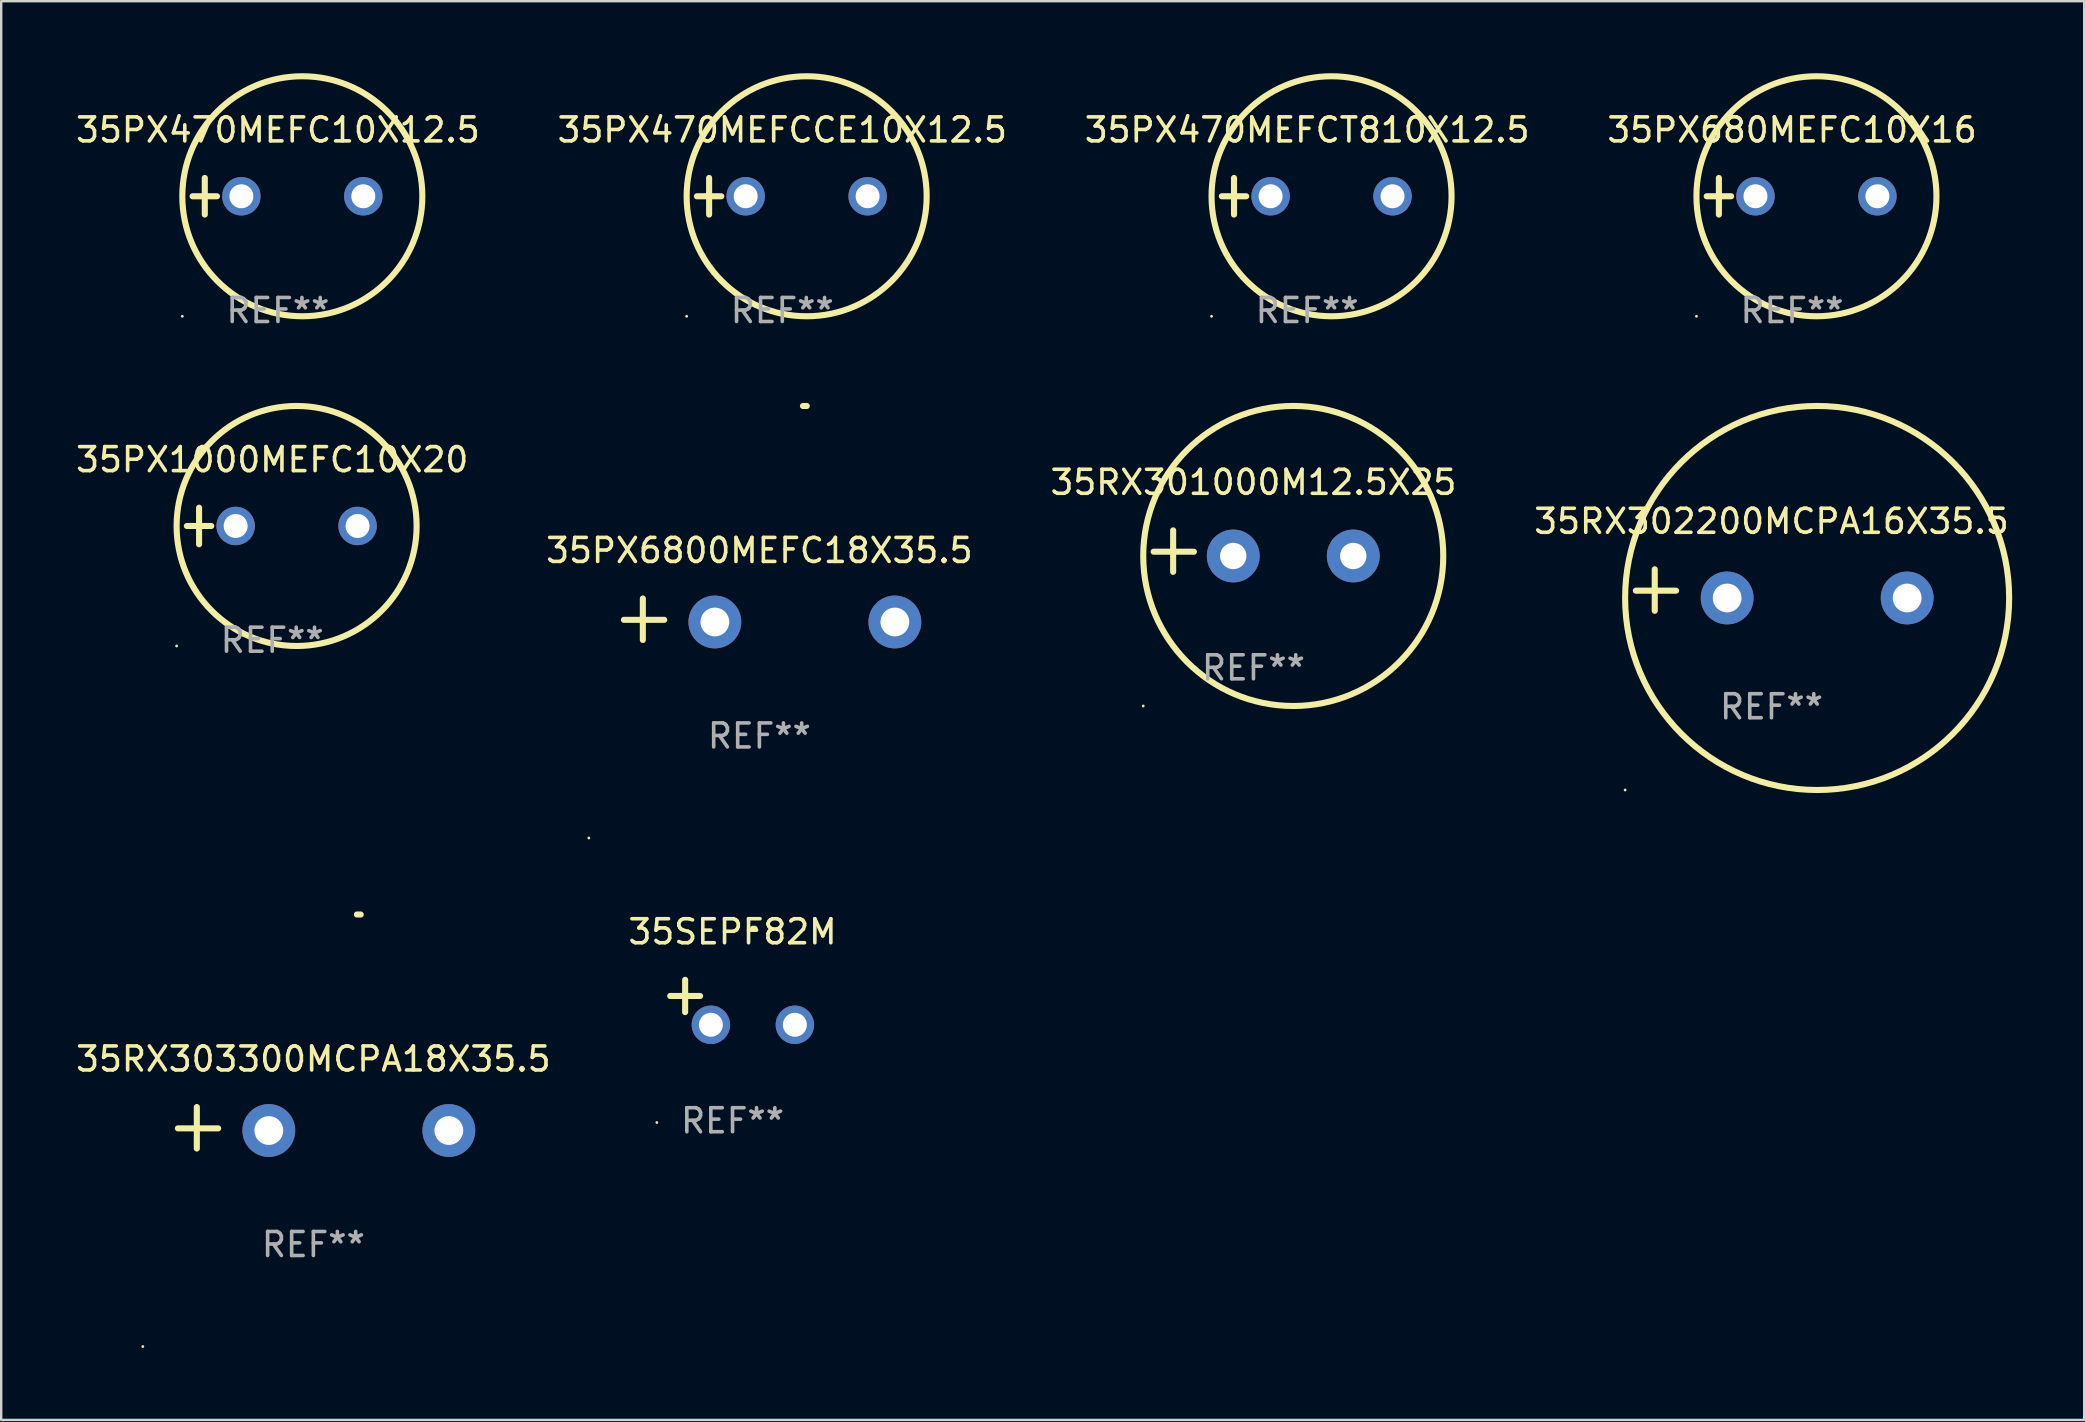
<source format=kicad_pcb>
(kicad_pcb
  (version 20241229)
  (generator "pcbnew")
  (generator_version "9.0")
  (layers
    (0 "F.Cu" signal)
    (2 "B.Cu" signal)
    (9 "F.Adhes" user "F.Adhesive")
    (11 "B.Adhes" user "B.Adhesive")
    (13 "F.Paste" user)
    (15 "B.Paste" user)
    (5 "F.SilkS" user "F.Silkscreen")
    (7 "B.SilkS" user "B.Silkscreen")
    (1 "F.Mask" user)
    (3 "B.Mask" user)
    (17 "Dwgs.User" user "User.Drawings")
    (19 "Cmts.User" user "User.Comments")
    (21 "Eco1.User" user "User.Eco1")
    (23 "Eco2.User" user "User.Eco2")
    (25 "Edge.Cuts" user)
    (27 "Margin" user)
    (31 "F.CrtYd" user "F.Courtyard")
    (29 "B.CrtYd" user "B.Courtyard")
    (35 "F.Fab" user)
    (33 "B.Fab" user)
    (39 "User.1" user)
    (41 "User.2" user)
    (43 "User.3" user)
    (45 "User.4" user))
  (footprint "35RX302200MCPA16X35.5"
    (layer "F.Cu")
    (at 70.756 21.534)
    (property "Reference" "35RX302200MCPA16X35.5" (at 0 -2.864 0) (layer "F.SilkS") (effects (font (size 1 1) (thickness 0.15))))
    (attr through_hole)
    (fp_line (start -4.864 0.864) (end -4.864 -0.864) (stroke (width 0.254) (type solid)) (layer "F.SilkS"))
    (fp_line (start -3.975 0.025) (end -5.652 0.025) (stroke (width 0.254) (type solid)) (layer "F.SilkS"))
    (fp_circle (center -6.098 8.33) (end -6.068 8.33) (stroke (width 0.06) (type solid)) (fill no) (layer "F.SilkS"))
    (fp_circle (center 1.902 0.33) (end 9.902 0.33) (stroke (width 0.254) (type solid)) (fill no) (layer "F.SilkS"))
    (fp_text user "REF**" (at 0 4.864 0) (layer "F.Fab") (effects (font (size 1 1) (thickness 0.15))))
    (pad "1" thru_hole circle (at -1.848 0.33) (size 2.2 2.2) (drill 1.2) (layers "*.Cu" "*.Mask"))
    (pad "2" thru_hole circle (at 5.652 0.33) (size 2.2 2.2) (drill 1.2) (layers "*.Cu" "*.Mask")))
  (footprint "35PX470MEFC10X12.5"
    (layer "F.Cu")
    (at 8.53 5.127)
    (property "Reference" "35PX470MEFC10X12.5" (at 0 -2.762 0) (layer "F.SilkS") (effects (font (size 1 1) (thickness 0.15))))
    (attr through_hole)
    (fp_line (start -3.556 0) (end -2.54 0) (stroke (width 0.254) (type solid)) (layer "F.SilkS"))
    (fp_line (start -3.048 -0.762) (end -3.048 0.762) (stroke (width 0.254) (type solid)) (layer "F.SilkS"))
    (fp_circle (center -3.984 5) (end -3.954 5) (stroke (width 0.06) (type solid)) (fill no) (layer "F.SilkS"))
    (fp_circle (center 1.016 0) (end 6.016 0) (stroke (width 0.254) (type solid)) (fill no) (layer "F.SilkS"))
    (fp_text user "REF**" (at 0 4.762 0) (layer "F.Fab") (effects (font (size 1 1) (thickness 0.15))))
    (pad "1" thru_hole circle (at -1.524 0) (size 1.6 1.6) (drill 1) (layers "*.Cu" "*.Mask"))
    (pad "2" thru_hole circle (at 3.556 0) (size 1.6 1.6) (drill 1) (layers "*.Cu" "*.Mask")))
  (footprint "35PX680MEFC10X16"
    (layer "F.Cu")
    (at 71.613 5.127)
    (property "Reference" "35PX680MEFC10X16" (at 0 -2.762 0) (layer "F.SilkS") (effects (font (size 1 1) (thickness 0.15))))
    (attr through_hole)
    (fp_line (start -3.556 0) (end -2.54 0) (stroke (width 0.254) (type solid)) (layer "F.SilkS"))
    (fp_line (start -3.048 -0.762) (end -3.048 0.762) (stroke (width 0.254) (type solid)) (layer "F.SilkS"))
    (fp_circle (center -3.984 5) (end -3.954 5) (stroke (width 0.06) (type solid)) (fill no) (layer "F.SilkS"))
    (fp_circle (center 1.016 0) (end 6.016 0) (stroke (width 0.254) (type solid)) (fill no) (layer "F.SilkS"))
    (fp_text user "REF**" (at 0 4.762 0) (layer "F.Fab") (effects (font (size 1 1) (thickness 0.15))))
    (pad "1" thru_hole circle (at -1.524 0) (size 1.6 1.6) (drill 1) (layers "*.Cu" "*.Mask"))
    (pad "2" thru_hole circle (at 3.556 0) (size 1.6 1.6) (drill 1) (layers "*.Cu" "*.Mask")))
  (footprint "35RX303300MCPA18X35.5"
    (layer "F.Cu")
    (at 10.006 43.937)
    (property "Reference" "35RX303300MCPA18X35.5" (at 0 -2.864 0) (layer "F.SilkS") (effects (font (size 1 1) (thickness 0.15))))
    (attr through_hole)
    (fp_line (start -4.856 0.864) (end -4.856 -0.864) (stroke (width 0.254) (type solid)) (layer "F.SilkS"))
    (fp_line (start -3.967 0.025) (end -5.644 0.025) (stroke (width 0.254) (type solid)) (layer "F.SilkS"))
    (fp_arc (start 1.815024 -8.885649) (mid 1.893764 -8.88599) (end 1.972504 -8.885649) (stroke (width 0.254001) (type solid)) (layer "F.SilkS"))
    (fp_circle (center -7.106 9.114) (end -7.076 9.114) (stroke (width 0.06) (type solid)) (fill no) (layer "F.SilkS"))
    (fp_text user "REF**" (at 0 4.864 0) (layer "F.Fab") (effects (font (size 1 1) (thickness 0.15))))
    (pad "1" thru_hole circle (at -1.856 0.114) (size 2.2 2.2) (drill 1.2) (layers "*.Cu" "*.Mask"))
    (pad "2" thru_hole circle (at 5.644 0.114) (size 2.2 2.2) (drill 1.2) (layers "*.Cu" "*.Mask")))
  (footprint "35RX301000M12.5X25"
    (layer "F.Cu")
    (at 49.173 19.911)
    (property "Reference" "35RX301000M12.5X25" (at 0 -2.864 0) (layer "F.SilkS") (effects (font (size 1 1) (thickness 0.15))))
    (attr through_hole)
    (fp_line (start -3.346 0.864) (end -3.346 -0.864) (stroke (width 0.254) (type solid)) (layer "F.SilkS"))
    (fp_line (start -2.482 0.025) (end -4.158 0.025) (stroke (width 0.254) (type solid)) (layer "F.SilkS"))
    (fp_circle (center -4.592 6.453) (end -4.562 6.453) (stroke (width 0.06) (type solid)) (fill no) (layer "F.SilkS"))
    (fp_circle (center 1.658 0.203) (end 7.908 0.203) (stroke (width 0.254) (type solid)) (fill no) (layer "F.SilkS"))
    (fp_text user "REF**" (at 0 4.864 0) (layer "F.Fab") (effects (font (size 1 1) (thickness 0.15))))
    (pad "1" thru_hole circle (at -0.842 0.203) (size 2.2 2.2) (drill 1.1) (layers "*.Cu" "*.Mask"))
    (pad "2" thru_hole circle (at 4.158 0.203) (size 2.2 2.2) (drill 1.1) (layers "*.Cu" "*.Mask")))
  (footprint "35PX470MEFCT810X12.5"
    (layer "F.Cu")
    (at 51.411 5.127)
    (property "Reference" "35PX470MEFCT810X12.5" (at 0 -2.762 0) (layer "F.SilkS") (effects (font (size 1 1) (thickness 0.15))))
    (attr through_hole)
    (fp_line (start -3.556 0) (end -2.54 0) (stroke (width 0.254) (type solid)) (layer "F.SilkS"))
    (fp_line (start -3.048 -0.762) (end -3.048 0.762) (stroke (width 0.254) (type solid)) (layer "F.SilkS"))
    (fp_circle (center -3.984 5) (end -3.954 5) (stroke (width 0.06) (type solid)) (fill no) (layer "F.SilkS"))
    (fp_circle (center 1.016 0) (end 6.016 0) (stroke (width 0.254) (type solid)) (fill no) (layer "F.SilkS"))
    (fp_text user "REF**" (at 0 4.762 0) (layer "F.Fab") (effects (font (size 1 1) (thickness 0.15))))
    (pad "1" thru_hole circle (at -1.524 0) (size 1.6 1.6) (drill 1) (layers "*.Cu" "*.Mask"))
    (pad "2" thru_hole circle (at 3.556 0) (size 1.6 1.6) (drill 1) (layers "*.Cu" "*.Mask")))
  (footprint "35SEPF82M"
    (layer "F.Cu")
    (at 27.47 38.709)
    (property "Reference" "35SEPF82M" (at 0 -2.937 0) (layer "F.SilkS") (effects (font (size 1 1) (thickness 0.15))))
    (attr through_hole)
    (fp_line (start -1.975 0.41) (end -1.975 -0.937) (stroke (width 0.254) (type solid)) (layer "F.SilkS"))
    (fp_line (start -1.353 -0.263) (end -2.597 -0.263) (stroke (width 0.254) (type solid)) (layer "F.SilkS"))
    (fp_arc (start 0.849809 -3.063957) (mid 0.885369 -3.064114) (end 0.920929 -3.063957) (stroke (width 0.254001) (type solid)) (layer "F.SilkS"))
    (fp_circle (center -3.154 5.008) (end -3.124 5.008) (stroke (width 0.06) (type solid)) (fill no) (layer "F.SilkS"))
    (fp_text user "REF**" (at 0 4.937 0) (layer "F.Fab") (effects (font (size 1 1) (thickness 0.15))))
    (pad "1" thru_hole circle (at -0.903 0.937) (size 1.6 1.6) (drill 1) (layers "*.Cu" "*.Mask"))
    (pad "2" thru_hole circle (at 2.597 0.937) (size 1.6 1.6) (drill 1) (layers "*.Cu" "*.Mask")))
  (footprint "35PX470MEFCCE10X12.5"
    (layer "F.Cu")
    (at 29.542 5.127)
    (property "Reference" "35PX470MEFCCE10X12.5" (at 0 -2.762 0) (layer "F.SilkS") (effects (font (size 1 1) (thickness 0.15))))
    (attr through_hole)
    (fp_line (start -3.556 0) (end -2.54 0) (stroke (width 0.254) (type solid)) (layer "F.SilkS"))
    (fp_line (start -3.048 -0.762) (end -3.048 0.762) (stroke (width 0.254) (type solid)) (layer "F.SilkS"))
    (fp_circle (center -3.984 5) (end -3.954 5) (stroke (width 0.06) (type solid)) (fill no) (layer "F.SilkS"))
    (fp_circle (center 1.016 0) (end 6.016 0) (stroke (width 0.254) (type solid)) (fill no) (layer "F.SilkS"))
    (fp_text user "REF**" (at 0 4.762 0) (layer "F.Fab") (effects (font (size 1 1) (thickness 0.15))))
    (pad "1" thru_hole circle (at -1.524 0) (size 1.6 1.6) (drill 1) (layers "*.Cu" "*.Mask"))
    (pad "2" thru_hole circle (at 3.556 0) (size 1.6 1.6) (drill 1) (layers "*.Cu" "*.Mask")))
  (footprint "35PX6800MEFC18X35.5"
    (layer "F.Cu")
    (at 28.589 22.75)
    (property "Reference" "35PX6800MEFC18X35.5" (at 0 -2.864 0) (layer "F.SilkS") (effects (font (size 1 1) (thickness 0.15))))
    (attr through_hole)
    (fp_line (start -4.856 0.864) (end -4.856 -0.864) (stroke (width 0.254) (type solid)) (layer "F.SilkS"))
    (fp_line (start -3.967 0.025) (end -5.644 0.025) (stroke (width 0.254) (type solid)) (layer "F.SilkS"))
    (fp_arc (start 1.815024 -8.885649) (mid 1.893764 -8.88599) (end 1.972504 -8.885649) (stroke (width 0.254001) (type solid)) (layer "F.SilkS"))
    (fp_circle (center -7.106 9.114) (end -7.076 9.114) (stroke (width 0.06) (type solid)) (fill no) (layer "F.SilkS"))
    (fp_text user "REF**" (at 0 4.864 0) (layer "F.Fab") (effects (font (size 1 1) (thickness 0.15))))
    (pad "1" thru_hole circle (at -1.856 0.114) (size 2.2 2.2) (drill 1.2) (layers "*.Cu" "*.Mask"))
    (pad "2" thru_hole circle (at 5.644 0.114) (size 2.2 2.2) (drill 1.2) (layers "*.Cu" "*.Mask")))
  (footprint "35PX1000MEFC10X20"
    (layer "F.Cu")
    (at 8.292 18.864)
    (property "Reference" "35PX1000MEFC10X20" (at 0 -2.762 0) (layer "F.SilkS") (effects (font (size 1 1) (thickness 0.15))))
    (attr through_hole)
    (fp_line (start -3.556 0) (end -2.54 0) (stroke (width 0.254) (type solid)) (layer "F.SilkS"))
    (fp_line (start -3.048 -0.762) (end -3.048 0.762) (stroke (width 0.254) (type solid)) (layer "F.SilkS"))
    (fp_circle (center -3.984 5) (end -3.954 5) (stroke (width 0.06) (type solid)) (fill no) (layer "F.SilkS"))
    (fp_circle (center 1.016 0) (end 6.016 0) (stroke (width 0.254) (type solid)) (fill no) (layer "F.SilkS"))
    (fp_text user "REF**" (at 0 4.762 0) (layer "F.Fab") (effects (font (size 1 1) (thickness 0.15))))
    (pad "1" thru_hole circle (at -1.524 0) (size 1.6 1.6) (drill 1) (layers "*.Cu" "*.Mask"))
    (pad "2" thru_hole circle (at 3.556 0) (size 1.6 1.6) (drill 1) (layers "*.Cu" "*.Mask")))
  (gr_rect
    (start -3 -3)
    (end 83.785 56.11)
    (stroke (width 0.1) (type default))
    (fill no)
    (layer "Edge.Cuts")))
</source>
